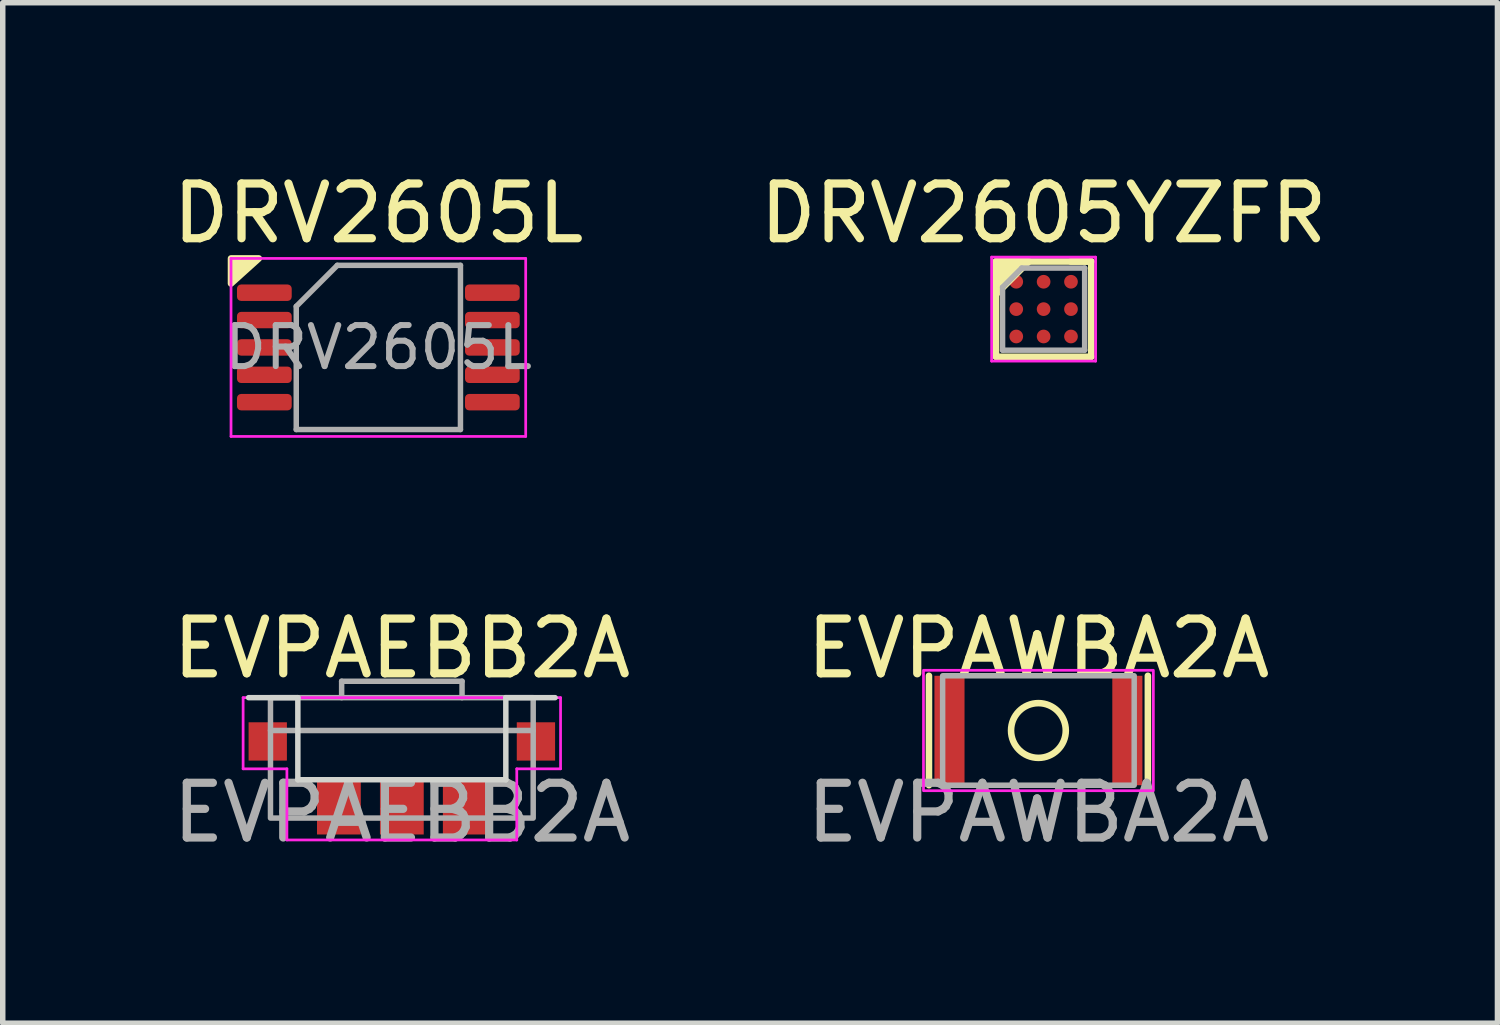
<source format=kicad_pcb>
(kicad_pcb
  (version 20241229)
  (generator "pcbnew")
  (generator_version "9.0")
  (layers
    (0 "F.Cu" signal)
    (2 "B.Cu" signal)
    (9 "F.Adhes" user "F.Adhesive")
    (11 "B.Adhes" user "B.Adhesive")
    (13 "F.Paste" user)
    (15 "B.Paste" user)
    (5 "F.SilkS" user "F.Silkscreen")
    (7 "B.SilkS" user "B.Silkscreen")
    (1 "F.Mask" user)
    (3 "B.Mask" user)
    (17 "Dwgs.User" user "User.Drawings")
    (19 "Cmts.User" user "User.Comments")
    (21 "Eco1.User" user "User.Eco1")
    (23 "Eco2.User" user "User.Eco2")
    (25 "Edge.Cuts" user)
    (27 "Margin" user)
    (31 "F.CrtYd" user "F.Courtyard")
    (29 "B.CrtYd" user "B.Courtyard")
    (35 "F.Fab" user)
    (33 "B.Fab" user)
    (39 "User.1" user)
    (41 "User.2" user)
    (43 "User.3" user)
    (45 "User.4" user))
  (footprint "DRV2605YZFR"
    (layer "F.Cu")
    (at 16.018 2.598)
    (property "Reference" "DRV2605YZFR" (at 0 -1.75 0) (layer "F.SilkS") (effects (font (size 1 1) (thickness 0.15))))
    (attr through_hole)
    (fp_line (start -0.87 -0.87) (end 0.87 -0.87) (stroke (width 0.12) (type solid)) (layer "F.SilkS"))
    (fp_line (start -0.87 0.87) (end -0.87 -0.87) (stroke (width 0.12) (type solid)) (layer "F.SilkS"))
    (fp_line (start -0.87 0.87) (end 0.87 0.87) (stroke (width 0.12) (type solid)) (layer "F.SilkS"))
    (fp_line (start 0.495 -0.87) (end 0.87 -0.87) (stroke (width 0.12) (type solid)) (layer "F.SilkS"))
    (fp_line (start 0.87 0.87) (end 0.87 -0.87) (stroke (width 0.12) (type solid)) (layer "F.SilkS"))
    (fp_poly (pts (xy -0.87 -0.27) (xy -0.87 -0.87) (xy -0.27 -0.87)) (stroke (width 0.12) (type solid)) (fill yes) (layer "F.SilkS"))
    (fp_line (start -0.95 -0.95) (end 0.95 -0.95) (stroke (width 0.05) (type solid)) (layer "F.CrtYd"))
    (fp_line (start -0.95 0.95) (end -0.95 -0.95) (stroke (width 0.05) (type solid)) (layer "F.CrtYd"))
    (fp_line (start 0.95 -0.95) (end 0.95 0.95) (stroke (width 0.05) (type solid)) (layer "F.CrtYd"))
    (fp_line (start 0.95 0.95) (end -0.95 0.95) (stroke (width 0.05) (type solid)) (layer "F.CrtYd"))
    (fp_line (start -0.75 -0.4) (end -0.75 0.75) (stroke (width 0.1) (type solid)) (layer "F.Fab"))
    (fp_line (start -0.75 0.75) (end 0.75 0.75) (stroke (width 0.1) (type solid)) (layer "F.Fab"))
    (fp_line (start -0.4 -0.75) (end -0.75 -0.4) (stroke (width 0.1) (type solid)) (layer "F.Fab"))
    (fp_line (start 0.75 -0.75) (end -0.4 -0.75) (stroke (width 0.1) (type solid)) (layer "F.Fab"))
    (fp_line (start 0.75 0.75) (end 0.75 -0.75) (stroke (width 0.1) (type solid)) (layer "F.Fab"))
    (pad "A1" smd circle (at -0.5 -0.5) (size 0.25 0.25) (layers "F.Cu" "F.Mask" "F.Paste"))
    (pad "A2" smd circle (at 0 -0.5) (size 0.25 0.25) (layers "F.Cu" "F.Mask" "F.Paste"))
    (pad "A3" smd circle (at 0.5 -0.5) (size 0.25 0.25) (layers "F.Cu" "F.Mask" "F.Paste"))
    (pad "B1" smd circle (at -0.5 0) (size 0.25 0.25) (layers "F.Cu" "F.Mask" "F.Paste"))
    (pad "B2" smd circle (at 0 0) (size 0.25 0.25) (layers "F.Cu" "F.Mask" "F.Paste"))
    (pad "B3" smd circle (at 0.5 0) (size 0.25 0.25) (layers "F.Cu" "F.Mask" "F.Paste"))
    (pad "C1" smd circle (at -0.5 0.5) (size 0.25 0.25) (layers "F.Cu" "F.Mask" "F.Paste"))
    (pad "C2" smd circle (at 0 0.5) (size 0.25 0.25) (layers "F.Cu" "F.Mask" "F.Paste"))
    (pad "C3" smd circle (at 0.5 0.5) (size 0.25 0.25) (layers "F.Cu" "F.Mask" "F.Paste")))
  (footprint "EVPAWBA2A"
    (layer "F.Cu")
    (at 15.923 10.297)
    (property "Reference" "EVPAWBA2A" (at 0 -1.5 0) (unlocked yes) (layer "F.SilkS") (effects (font (size 1 1) (thickness 0.15))))
    (attr smd)
    (fp_line (start -2 -1) (end -2 1) (stroke (width 0.12) (type solid)) (layer "F.SilkS"))
    (fp_line (start 2 -1) (end 2 1) (stroke (width 0.12) (type solid)) (layer "F.SilkS"))
    (fp_circle (center 0 0) (end 0.5 0) (stroke (width 0.12) (type solid)) (fill no) (layer "F.SilkS"))
    (fp_rect (start -2.1 -1.1) (end 2.1 1.1) (stroke (width 0.05) (type solid)) (fill no) (layer "F.CrtYd"))
    (fp_rect (start -1.75 -1) (end 1.75 1) (stroke (width 0.1) (type solid)) (fill no) (layer "F.Fab"))
    (fp_text user "${REFERENCE}" (at 0 1.5 0) (unlocked yes) (layer "F.Fab") (effects (font (size 1 1) (thickness 0.15))))
    (pad "1" smd rect (at -1.625 0) (size 0.55 2) (layers "F.Cu" "F.Mask" "F.Paste"))
    (pad "2" smd rect (at 1.625 0) (size 0.55 2) (layers "F.Cu" "F.Mask" "F.Paste")))
  (footprint "EVPAEBB2A"
    (layer "F.Cu")
    (at 4.292 9.697)
    (property "Reference" "EVPAEBB2A" (at 0 -0.9 0) (unlocked yes) (layer "F.SilkS") (effects (font (size 1 1) (thickness 0.15))))
    (attr smd)
    (fp_line (start -1.9 0) (end -2.8 0) (stroke (width 0.1) (type solid)) (layer "Edge.Cuts"))
    (fp_line (start -1.9 1.5) (end -1.9 0) (stroke (width 0.1) (type solid)) (layer "Edge.Cuts"))
    (fp_line (start -1.9 1.5) (end 1.9 1.5) (stroke (width 0.1) (type solid)) (layer "Edge.Cuts"))
    (fp_line (start 1.9 0) (end 2.8 0) (stroke (width 0.1) (type solid)) (layer "Edge.Cuts"))
    (fp_line (start 1.9 1.5) (end 1.9 0) (stroke (width 0.1) (type solid)) (layer "Edge.Cuts"))
    (fp_line (start -2.9 0) (end -2.9 1.3) (stroke (width 0.05) (type solid)) (layer "F.CrtYd"))
    (fp_line (start -2.9 1.3) (end -2.1 1.3) (stroke (width 0.05) (type solid)) (layer "F.CrtYd"))
    (fp_line (start -2.1 1.3) (end -2.1 2.6) (stroke (width 0.05) (type solid)) (layer "F.CrtYd"))
    (fp_line (start -2.1 2.6) (end 2.1 2.6) (stroke (width 0.05) (type solid)) (layer "F.CrtYd"))
    (fp_line (start 2.1 1.3) (end 2.9 1.3) (stroke (width 0.05) (type solid)) (layer "F.CrtYd"))
    (fp_line (start 2.1 2.6) (end 2.1 1.3) (stroke (width 0.05) (type solid)) (layer "F.CrtYd"))
    (fp_line (start 2.9 0) (end -2.9 0) (stroke (width 0.05) (type solid)) (layer "F.CrtYd"))
    (fp_line (start 2.9 1.3) (end 2.9 0) (stroke (width 0.05) (type solid)) (layer "F.CrtYd"))
    (fp_line (start -2.4 0.6) (end 2.4 0.6) (stroke (width 0.1) (type solid)) (layer "F.Fab"))
    (fp_line (start -1.1 -0.3) (end -1.1 0) (stroke (width 0.1) (type solid)) (layer "F.Fab"))
    (fp_line (start 1.1 -0.3) (end -1.1 -0.3) (stroke (width 0.1) (type solid)) (layer "F.Fab"))
    (fp_line (start 1.1 0) (end 1.1 -0.3) (stroke (width 0.1) (type solid)) (layer "F.Fab"))
    (fp_rect (start -2.4 0) (end 2.4 2.2) (stroke (width 0.1) (type solid)) (fill no) (layer "F.Fab"))
    (fp_text user "${REFERENCE}" (at 0 2.1 0) (unlocked yes) (layer "F.Fab") (effects (font (size 1 1) (thickness 0.15))))
    (pad "1" smd rect (at -1.15 2) (size 0.8 1) (layers "F.Cu" "F.Mask" "F.Paste"))
    (pad "1" smd rect (at 1.15 2) (size 0.8 1) (layers "F.Cu" "F.Mask" "F.Paste"))
    (pad "2" smd rect (at -2.45 0.8) (size 0.7 0.7) (layers "F.Cu" "F.Mask" "F.Paste"))
    (pad "2" smd rect (at 0 2) (size 0.8 1) (layers "F.Cu" "F.Mask" "F.Paste"))
    (pad "2" smd rect (at 2.45 0.8) (size 0.7 0.7) (layers "F.Cu" "F.Mask" "F.Paste")))
  (footprint "DRV2605L"
    (layer "F.Cu")
    (at 3.863 3.298)
    (property "Reference" "DRV2605L" (at 0 -2.45 180) (layer "F.SilkS") (effects (font (size 1 1) (thickness 0.15))))
    (attr smd)
    (fp_poly (pts (xy -2.692 -1.168) (xy -2.692 -1.626) (xy -2.184 -1.626)) (stroke (width 0.12) (type solid)) (fill yes) (layer "F.SilkS"))
    (fp_line (start -2.692 -1.626) (end -2.692 1.626) (stroke (width 0.05) (type solid)) (layer "F.CrtYd"))
    (fp_line (start -2.692 1.626) (end 2.692 1.626) (stroke (width 0.05) (type solid)) (layer "F.CrtYd"))
    (fp_line (start 2.692 -1.626) (end -2.692 -1.626) (stroke (width 0.05) (type solid)) (layer "F.CrtYd"))
    (fp_line (start 2.692 1.626) (end 2.692 -1.626) (stroke (width 0.05) (type solid)) (layer "F.CrtYd"))
    (fp_line (start -1.5 -0.75) (end -0.75 -1.5) (stroke (width 0.1) (type solid)) (layer "F.Fab"))
    (fp_line (start -1.5 1.5) (end -1.5 -0.75) (stroke (width 0.1) (type solid)) (layer "F.Fab"))
    (fp_line (start -0.75 -1.5) (end 1.5 -1.5) (stroke (width 0.1) (type solid)) (layer "F.Fab"))
    (fp_line (start 1.5 -1.5) (end 1.5 1.5) (stroke (width 0.1) (type solid)) (layer "F.Fab"))
    (fp_line (start 1.5 1.5) (end -1.5 1.5) (stroke (width 0.1) (type solid)) (layer "F.Fab"))
    (fp_text user "${REFERENCE}" (at 0 0 180) (layer "F.Fab") (effects (font (size 0.75 0.75) (thickness 0.11))))
    (pad "1" smd roundrect (at -2.083 -1) (size 1 0.3) (layers "F.Cu" "F.Mask" "F.Paste") (roundrect_rratio 0.25))
    (pad "2" smd roundrect (at -2.083 -0.5) (size 1 0.3) (layers "F.Cu" "F.Mask" "F.Paste") (roundrect_rratio 0.25))
    (pad "3" smd roundrect (at -2.083 0) (size 1 0.3) (layers "F.Cu" "F.Mask" "F.Paste") (roundrect_rratio 0.25))
    (pad "4" smd roundrect (at -2.083 0.5) (size 1 0.3) (layers "F.Cu" "F.Mask" "F.Paste") (roundrect_rratio 0.25))
    (pad "5" smd roundrect (at -2.083 1) (size 1 0.3) (layers "F.Cu" "F.Mask" "F.Paste") (roundrect_rratio 0.25))
    (pad "6" smd roundrect (at 2.083 1) (size 1 0.3) (layers "F.Cu" "F.Mask" "F.Paste") (roundrect_rratio 0.25))
    (pad "7" smd roundrect (at 2.083 0.5) (size 1 0.3) (layers "F.Cu" "F.Mask" "F.Paste") (roundrect_rratio 0.25))
    (pad "8" smd roundrect (at 2.083 0) (size 1 0.3) (layers "F.Cu" "F.Mask" "F.Paste") (roundrect_rratio 0.25))
    (pad "9" smd roundrect (at 2.083 -0.5) (size 1 0.3) (layers "F.Cu" "F.Mask" "F.Paste") (roundrect_rratio 0.25))
    (pad "10" smd roundrect (at 2.083 -1) (size 1 0.3) (layers "F.Cu" "F.Mask" "F.Paste") (roundrect_rratio 0.25)))
  (gr_rect
    (start -3 -3)
    (end 24.31 15.645)
    (stroke (width 0.1) (type default))
    (fill no)
    (layer "Edge.Cuts")))
</source>
